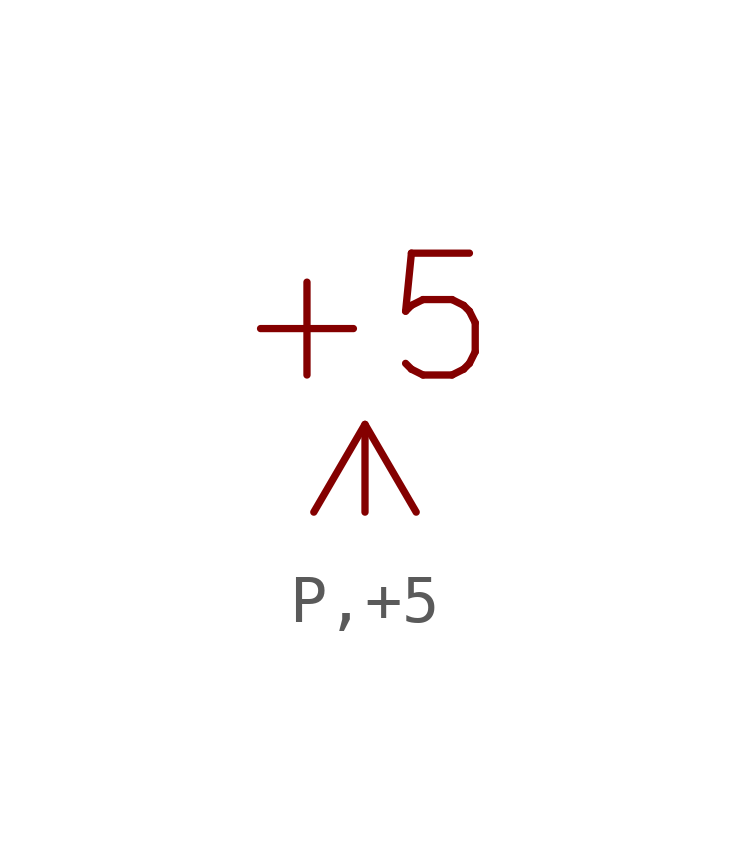
<source format=kicad_sym>
(kicad_symbol_lib
  (version 20211014)
  (generator kicad_symbol_editor)
  (symbol "P,+5"
    (power)
    (pin_numbers hide)
    (pin_names
      (offset 1.27) hide)
    (property "Reference" "#PWR"
      (at 2.54 0 0)
      (effects (font (size 2.54 2.54)) (justify left) hide))
    (symbol "P,+5_1_1"
      (polyline (pts (xy 0 0) (xy 0 1.829)) (stroke (width 0) (type default) (color 0 0 0 0)) (fill (type none)))
      (polyline (pts (xy -1.067 0) (xy 0 1.829) (xy 1.067 0)) (stroke (width 0) (type default) (color 0 0 0 0)) (fill (type none)))
      (text "+5" (at 0 2.54 0) (effects (font (size 2.54 2.54)) (justify bottom)))
      (pin power_in line (at 0 0 0) (length 0) hide (name "+5" (effects (font (size 2.54 2.54)))) (number "0" (effects (font (size 0 0))))))))
</source>
